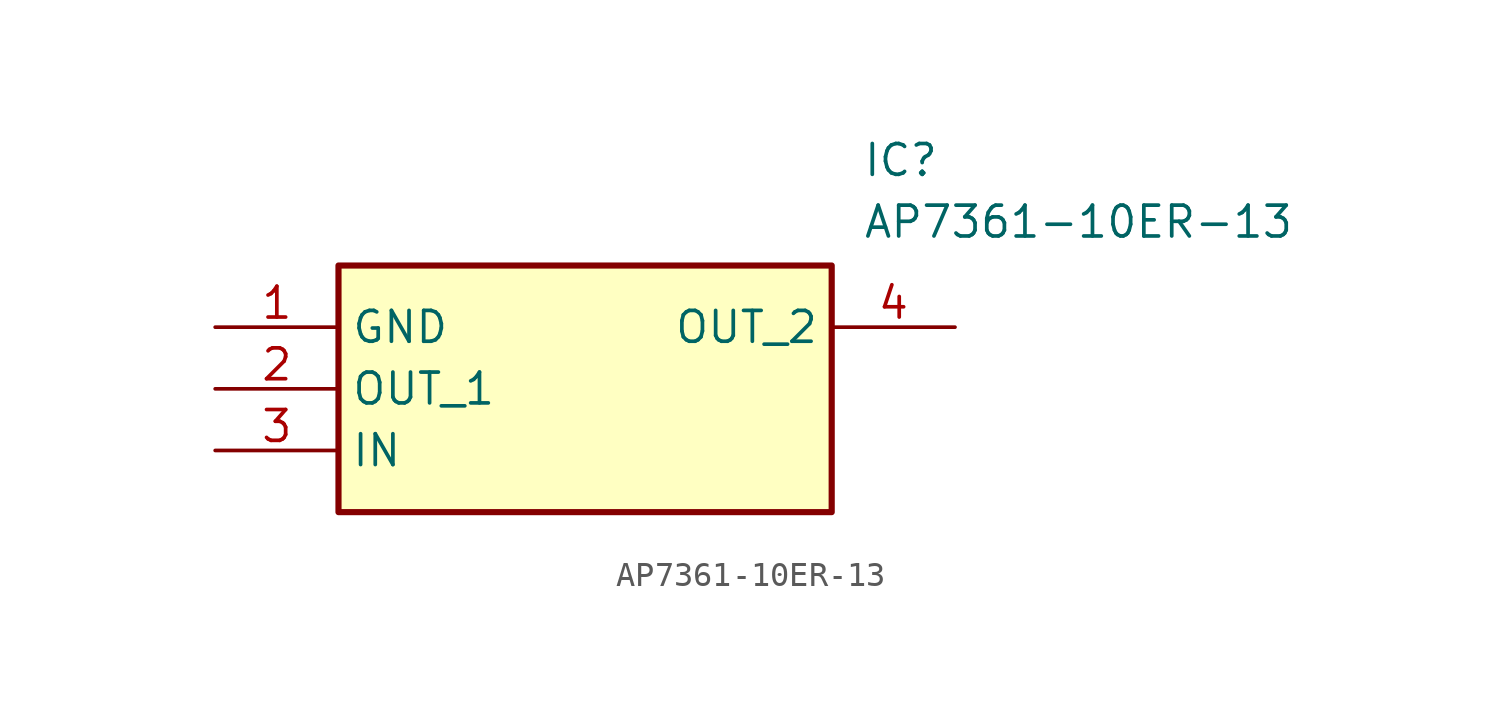
<source format=kicad_sym>
(kicad_symbol_lib
  (version 20211014)
  (generator SamacSys_ECAD_Model)
  (symbol "AP7361-10ER-13"
    (property "Reference" "IC"
      (at 26.67 7.62 0)
      (effects (font (size 1.27 1.27)) (justify left top)))
    (property "Value" "AP7361-10ER-13"
      (at 26.67 5.08 0)
      (effects (font (size 1.27 1.27)) (justify left top)))
    (rectangle
      (start 5.08 2.54)
      (end 25.4 -7.62)
      (stroke (width 0.254) (type default))
      (fill (type background)))
    (pin passive line
      (at 0 0 0)
      (length 5.08)
      (name "GND" (effects (font (size 1.27 1.27))))
      (number "1" (effects (font (size 1.27 1.27)))))
    (pin passive line
      (at 0 -2.54 0)
      (length 5.08)
      (name "OUT_1" (effects (font (size 1.27 1.27))))
      (number "2" (effects (font (size 1.27 1.27)))))
    (pin passive line
      (at 0 -5.08 0)
      (length 5.08)
      (name "IN" (effects (font (size 1.27 1.27))))
      (number "3" (effects (font (size 1.27 1.27)))))
    (pin passive line
      (at 30.48 0 180)
      (length 5.08)
      (name "OUT_2" (effects (font (size 1.27 1.27))))
      (number "4" (effects (font (size 1.27 1.27)))))))
</source>
